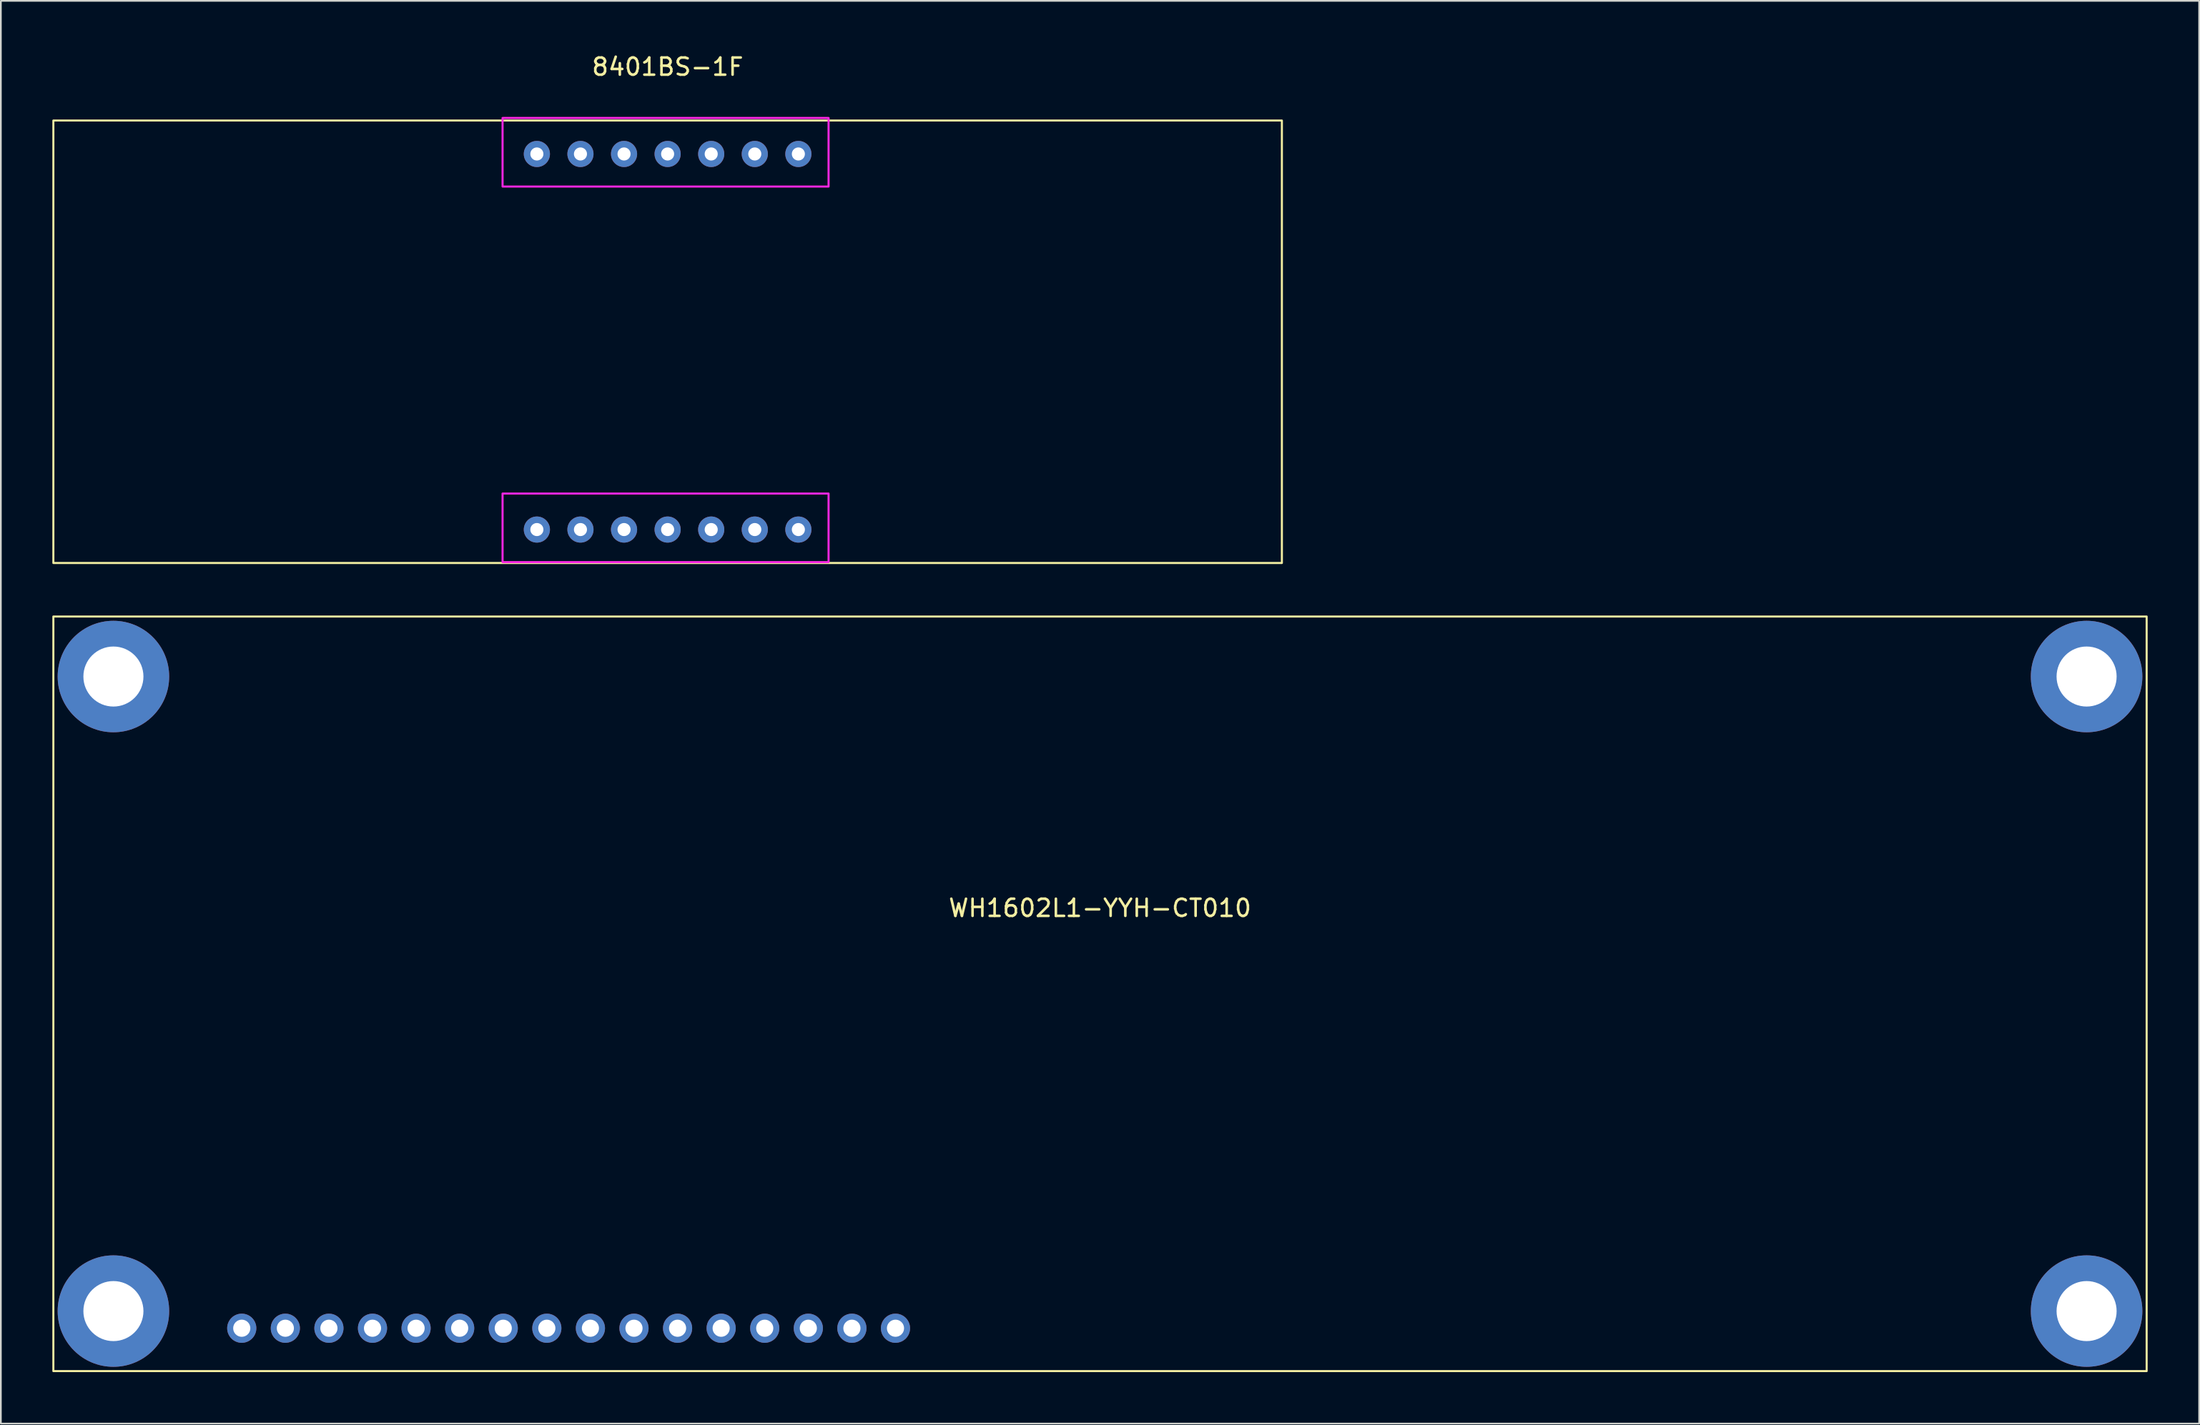
<source format=kicad_pcb>
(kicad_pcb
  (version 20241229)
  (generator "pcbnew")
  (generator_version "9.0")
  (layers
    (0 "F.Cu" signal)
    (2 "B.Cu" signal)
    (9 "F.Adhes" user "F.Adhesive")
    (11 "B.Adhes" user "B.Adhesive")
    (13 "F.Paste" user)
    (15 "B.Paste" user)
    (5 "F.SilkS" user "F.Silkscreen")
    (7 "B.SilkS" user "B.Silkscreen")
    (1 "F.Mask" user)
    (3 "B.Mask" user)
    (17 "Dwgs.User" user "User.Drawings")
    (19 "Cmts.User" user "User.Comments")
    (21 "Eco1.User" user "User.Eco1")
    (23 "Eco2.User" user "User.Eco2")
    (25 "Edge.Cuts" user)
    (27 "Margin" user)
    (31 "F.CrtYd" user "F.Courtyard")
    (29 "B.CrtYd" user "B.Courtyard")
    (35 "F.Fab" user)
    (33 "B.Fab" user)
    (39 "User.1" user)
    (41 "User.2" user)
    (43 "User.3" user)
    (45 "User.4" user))
  (footprint "WH1602L1-YYH-CT010"
    (layer "F.Cu")
    (at 61.06 54.898)
    (property "Reference" "WH1602L1-YYH-CT010" (at 0 -5 0) (unlocked yes) (layer "F.SilkS") (effects (font (size 1 1) (thickness 0.15))))
    (attr through_hole)
    (fp_rect (start -61 -22) (end 61 22) (stroke (width 0.12) (type default)) (fill no) (layer "F.SilkS"))
    (pad "" thru_hole circle (at -57.5 -18.5) (size 6.5 6.5) (drill 3.5) (layers "*.Cu" "*.Mask"))
    (pad "" thru_hole circle (at -57.5 18.5 180) (size 6.5 6.5) (drill 3.5) (layers "*.Cu" "*.Mask"))
    (pad "" thru_hole circle (at 57.5 -18.5) (size 6.5 6.5) (drill 3.5) (layers "*.Cu" "*.Mask"))
    (pad "" thru_hole circle (at 57.5 18.5 180) (size 6.5 6.5) (drill 3.5) (layers "*.Cu" "*.Mask"))
    (pad "1" thru_hole oval (at -11.92 19.5) (size 1.7 1.7) (drill 1) (layers "*.Cu" "*.Mask"))
    (pad "2" thru_hole oval (at -14.46 19.5) (size 1.7 1.7) (drill 1) (layers "*.Cu" "*.Mask"))
    (pad "3" thru_hole oval (at -17 19.5) (size 1.7 1.7) (drill 1) (layers "*.Cu" "*.Mask"))
    (pad "4" thru_hole oval (at -19.54 19.5) (size 1.7 1.7) (drill 1) (layers "*.Cu" "*.Mask"))
    (pad "5" thru_hole oval (at -22.08 19.5) (size 1.7 1.7) (drill 1) (layers "*.Cu" "*.Mask"))
    (pad "6" thru_hole oval (at -24.62 19.5) (size 1.7 1.7) (drill 1) (layers "*.Cu" "*.Mask"))
    (pad "7" thru_hole oval (at -27.16 19.5) (size 1.7 1.7) (drill 1) (layers "*.Cu" "*.Mask"))
    (pad "8" thru_hole oval (at -29.7 19.5) (size 1.7 1.7) (drill 1) (layers "*.Cu" "*.Mask"))
    (pad "9" thru_hole oval (at -32.24 19.5) (size 1.7 1.7) (drill 1) (layers "*.Cu" "*.Mask"))
    (pad "10" thru_hole oval (at -34.78 19.5) (size 1.7 1.7) (drill 1) (layers "*.Cu" "*.Mask"))
    (pad "11" thru_hole oval (at -37.32 19.5) (size 1.7 1.7) (drill 1) (layers "*.Cu" "*.Mask"))
    (pad "12" thru_hole oval (at -39.86 19.5) (size 1.7 1.7) (drill 1) (layers "*.Cu" "*.Mask"))
    (pad "13" thru_hole oval (at -42.4 19.5) (size 1.7 1.7) (drill 1) (layers "*.Cu" "*.Mask"))
    (pad "14" thru_hole oval (at -44.94 19.5) (size 1.7 1.7) (drill 1) (layers "*.Cu" "*.Mask"))
    (pad "15" thru_hole oval (at -47.48 19.5) (size 1.7 1.7) (drill 1) (layers "*.Cu" "*.Mask"))
    (pad "16" thru_hole oval (at -50.02 19.5) (size 1.7 1.7) (drill 1) (layers "*.Cu" "*.Mask")))
  (footprint "8401BS-1F"
    (layer "F.Cu")
    (at 28.24 27.828)
    (property "Reference" "8401BS-1F" (at 7.62 -26.98 0) (unlocked yes) (layer "F.SilkS") (effects (font (size 1 1) (thickness 0.15))))
    (attr through_hole)
    (fp_rect (start -28.18 -23.85) (end 43.42 1.95) (stroke (width 0.12) (type default)) (fill no) (layer "F.SilkS"))
    (fp_rect (start -2 -24) (end 17 -20) (stroke (width 0.12) (type default)) (fill no) (layer "F.CrtYd"))
    (fp_rect (start -2 -2.1) (end 17 1.9) (stroke (width 0.12) (type default)) (fill no) (layer "F.CrtYd"))
    (pad "1" thru_hole circle (at 0 0) (size 1.524 1.524) (drill 0.762) (layers "*.Cu" "*.Mask"))
    (pad "2" thru_hole circle (at 2.54 0) (size 1.524 1.524) (drill 0.762) (layers "*.Cu" "*.Mask"))
    (pad "3" thru_hole circle (at 5.08 0) (size 1.524 1.524) (drill 0.762) (layers "*.Cu" "*.Mask"))
    (pad "4" thru_hole circle (at 7.62 0) (size 1.524 1.524) (drill 0.762) (layers "*.Cu" "*.Mask"))
    (pad "5" thru_hole circle (at 10.16 0) (size 1.524 1.524) (drill 0.762) (layers "*.Cu" "*.Mask"))
    (pad "6" thru_hole circle (at 12.7 0) (size 1.524 1.524) (drill 0.762) (layers "*.Cu" "*.Mask"))
    (pad "7" thru_hole circle (at 15.24 0) (size 1.524 1.524) (drill 0.762) (layers "*.Cu" "*.Mask"))
    (pad "8" thru_hole circle (at 15.24 -21.9) (size 1.524 1.524) (drill 0.762) (layers "*.Cu" "*.Mask"))
    (pad "9" thru_hole circle (at 12.7 -21.9) (size 1.524 1.524) (drill 0.762) (layers "*.Cu" "*.Mask"))
    (pad "10" thru_hole circle (at 10.16 -21.9) (size 1.524 1.524) (drill 0.762) (layers "*.Cu" "*.Mask"))
    (pad "11" thru_hole circle (at 7.62 -21.9) (size 1.524 1.524) (drill 0.762) (layers "*.Cu" "*.Mask"))
    (pad "12" thru_hole circle (at 5.08 -21.9) (size 1.524 1.524) (drill 0.762) (layers "*.Cu" "*.Mask"))
    (pad "13" thru_hole circle (at 2.54 -21.9) (size 1.524 1.524) (drill 0.762) (layers "*.Cu" "*.Mask"))
    (pad "14" thru_hole circle (at 0 -21.9) (size 1.524 1.524) (drill 0.762) (layers "*.Cu" "*.Mask")))
  (gr_rect
    (start -3 -3)
    (end 125.12 79.958)
    (stroke (width 0.1) (type default))
    (fill no)
    (layer "Edge.Cuts")))
</source>
